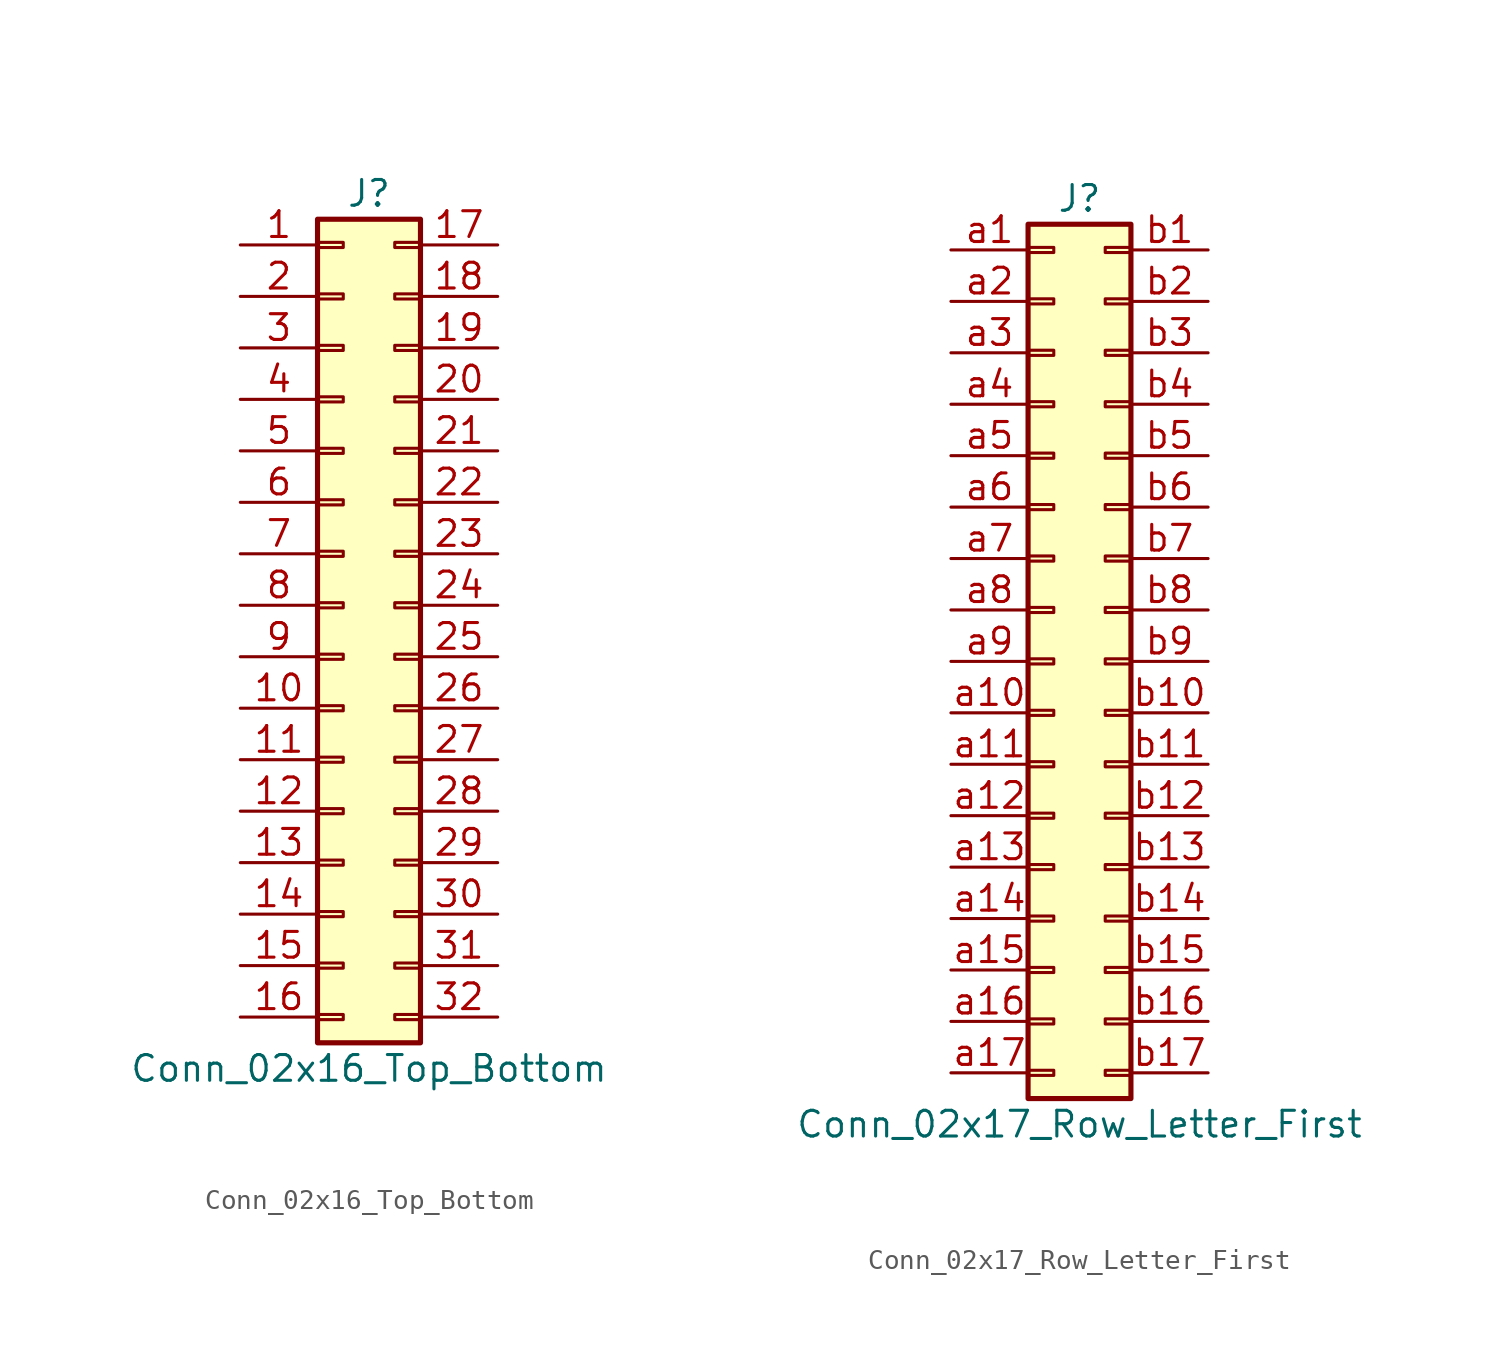
<source format=kicad_sym>
(kicad_symbol_lib
  (version 20201005)
  (generator kicad_symbol_editor)
  (symbol "Connector_Generic:Conn_02x16_Top_Bottom"
    (pin_names
      (offset 1.016) hide)
    (property "Reference" "J"
      (at 1.27 20.32 0)
      (effects (font (size 1.27 1.27))))
    (property "Value" "Conn_02x16_Top_Bottom"
      (at 1.27 -22.86 0)
      (effects (font (size 1.27 1.27))))
    (symbol "Conn_02x16_Top_Bottom_1_1"
      (rectangle (start -1.27 -4.953) (end 0 -5.207) (stroke (width 0.152)) (fill (type none)))
      (rectangle (start -1.27 -7.493) (end 0 -7.747) (stroke (width 0.152)) (fill (type none)))
      (rectangle (start -1.27 -10.033) (end 0 -10.287) (stroke (width 0.152)) (fill (type none)))
      (rectangle (start -1.27 -12.573) (end 0 -12.827) (stroke (width 0.152)) (fill (type none)))
      (rectangle (start -1.27 -15.113) (end 0 -15.367) (stroke (width 0.152)) (fill (type none)))
      (rectangle (start -1.27 -17.653) (end 0 -17.907) (stroke (width 0.152)) (fill (type none)))
      (rectangle (start -1.27 -20.193) (end 0 -20.447) (stroke (width 0.152)) (fill (type none)))
      (rectangle (start -1.27 -2.413) (end 0 -2.667) (stroke (width 0.152)) (fill (type none)))
      (rectangle (start -1.27 2.667) (end 0 2.413) (stroke (width 0.152)) (fill (type none)))
      (rectangle (start -1.27 5.207) (end 0 4.953) (stroke (width 0.152)) (fill (type none)))
      (rectangle (start -1.27 7.747) (end 0 7.493) (stroke (width 0.152)) (fill (type none)))
      (rectangle (start -1.27 10.287) (end 0 10.033) (stroke (width 0.152)) (fill (type none)))
      (rectangle (start -1.27 0.127) (end 0 -0.127) (stroke (width 0.152)) (fill (type none)))
      (rectangle (start -1.27 12.827) (end 0 12.573) (stroke (width 0.152)) (fill (type none)))
      (rectangle (start -1.27 15.367) (end 0 15.113) (stroke (width 0.152)) (fill (type none)))
      (rectangle (start -1.27 17.907) (end 0 17.653) (stroke (width 0.152)) (fill (type none)))
      (rectangle (start -1.27 19.05) (end 3.81 -21.59) (stroke (width 0.254)) (fill (type background)))
      (rectangle (start 3.81 -4.953) (end 2.54 -5.207) (stroke (width 0.152)) (fill (type none)))
      (rectangle (start 3.81 -7.493) (end 2.54 -7.747) (stroke (width 0.152)) (fill (type none)))
      (rectangle (start 3.81 -10.033) (end 2.54 -10.287) (stroke (width 0.152)) (fill (type none)))
      (rectangle (start 3.81 -12.573) (end 2.54 -12.827) (stroke (width 0.152)) (fill (type none)))
      (rectangle (start 3.81 -15.113) (end 2.54 -15.367) (stroke (width 0.152)) (fill (type none)))
      (rectangle (start 3.81 -17.653) (end 2.54 -17.907) (stroke (width 0.152)) (fill (type none)))
      (rectangle (start 3.81 -20.193) (end 2.54 -20.447) (stroke (width 0.152)) (fill (type none)))
      (rectangle (start 3.81 -2.413) (end 2.54 -2.667) (stroke (width 0.152)) (fill (type none)))
      (rectangle (start 3.81 2.667) (end 2.54 2.413) (stroke (width 0.152)) (fill (type none)))
      (rectangle (start 3.81 5.207) (end 2.54 4.953) (stroke (width 0.152)) (fill (type none)))
      (rectangle (start 3.81 7.747) (end 2.54 7.493) (stroke (width 0.152)) (fill (type none)))
      (rectangle (start 3.81 10.287) (end 2.54 10.033) (stroke (width 0.152)) (fill (type none)))
      (rectangle (start 3.81 0.127) (end 2.54 -0.127) (stroke (width 0.152)) (fill (type none)))
      (rectangle (start 3.81 12.827) (end 2.54 12.573) (stroke (width 0.152)) (fill (type none)))
      (rectangle (start 3.81 15.367) (end 2.54 15.113) (stroke (width 0.152)) (fill (type none)))
      (rectangle (start 3.81 17.907) (end 2.54 17.653) (stroke (width 0.152)) (fill (type none)))
      (pin passive line (at -5.08 17.78 0) (length 3.81) (name "Pin_1" (effects (font (size 1.27 1.27)))) (number "1" (effects (font (size 1.27 1.27)))))
      (pin passive line (at -5.08 -5.08 0) (length 3.81) (name "Pin_10" (effects (font (size 1.27 1.27)))) (number "10" (effects (font (size 1.27 1.27)))))
      (pin passive line (at -5.08 -7.62 0) (length 3.81) (name "Pin_11" (effects (font (size 1.27 1.27)))) (number "11" (effects (font (size 1.27 1.27)))))
      (pin passive line (at -5.08 -10.16 0) (length 3.81) (name "Pin_12" (effects (font (size 1.27 1.27)))) (number "12" (effects (font (size 1.27 1.27)))))
      (pin passive line (at -5.08 -12.7 0) (length 3.81) (name "Pin_13" (effects (font (size 1.27 1.27)))) (number "13" (effects (font (size 1.27 1.27)))))
      (pin passive line (at -5.08 -15.24 0) (length 3.81) (name "Pin_14" (effects (font (size 1.27 1.27)))) (number "14" (effects (font (size 1.27 1.27)))))
      (pin passive line (at -5.08 -17.78 0) (length 3.81) (name "Pin_15" (effects (font (size 1.27 1.27)))) (number "15" (effects (font (size 1.27 1.27)))))
      (pin passive line (at -5.08 -20.32 0) (length 3.81) (name "Pin_16" (effects (font (size 1.27 1.27)))) (number "16" (effects (font (size 1.27 1.27)))))
      (pin passive line (at 7.62 17.78 180) (length 3.81) (name "Pin_17" (effects (font (size 1.27 1.27)))) (number "17" (effects (font (size 1.27 1.27)))))
      (pin passive line (at 7.62 15.24 180) (length 3.81) (name "Pin_18" (effects (font (size 1.27 1.27)))) (number "18" (effects (font (size 1.27 1.27)))))
      (pin passive line (at 7.62 12.7 180) (length 3.81) (name "Pin_19" (effects (font (size 1.27 1.27)))) (number "19" (effects (font (size 1.27 1.27)))))
      (pin passive line (at -5.08 15.24 0) (length 3.81) (name "Pin_2" (effects (font (size 1.27 1.27)))) (number "2" (effects (font (size 1.27 1.27)))))
      (pin passive line (at 7.62 10.16 180) (length 3.81) (name "Pin_20" (effects (font (size 1.27 1.27)))) (number "20" (effects (font (size 1.27 1.27)))))
      (pin passive line (at 7.62 7.62 180) (length 3.81) (name "Pin_21" (effects (font (size 1.27 1.27)))) (number "21" (effects (font (size 1.27 1.27)))))
      (pin passive line (at 7.62 5.08 180) (length 3.81) (name "Pin_22" (effects (font (size 1.27 1.27)))) (number "22" (effects (font (size 1.27 1.27)))))
      (pin passive line (at 7.62 2.54 180) (length 3.81) (name "Pin_23" (effects (font (size 1.27 1.27)))) (number "23" (effects (font (size 1.27 1.27)))))
      (pin passive line (at 7.62 0 180) (length 3.81) (name "Pin_24" (effects (font (size 1.27 1.27)))) (number "24" (effects (font (size 1.27 1.27)))))
      (pin passive line (at 7.62 -2.54 180) (length 3.81) (name "Pin_25" (effects (font (size 1.27 1.27)))) (number "25" (effects (font (size 1.27 1.27)))))
      (pin passive line (at 7.62 -5.08 180) (length 3.81) (name "Pin_26" (effects (font (size 1.27 1.27)))) (number "26" (effects (font (size 1.27 1.27)))))
      (pin passive line (at 7.62 -7.62 180) (length 3.81) (name "Pin_27" (effects (font (size 1.27 1.27)))) (number "27" (effects (font (size 1.27 1.27)))))
      (pin passive line (at 7.62 -10.16 180) (length 3.81) (name "Pin_28" (effects (font (size 1.27 1.27)))) (number "28" (effects (font (size 1.27 1.27)))))
      (pin passive line (at 7.62 -12.7 180) (length 3.81) (name "Pin_29" (effects (font (size 1.27 1.27)))) (number "29" (effects (font (size 1.27 1.27)))))
      (pin passive line (at -5.08 12.7 0) (length 3.81) (name "Pin_3" (effects (font (size 1.27 1.27)))) (number "3" (effects (font (size 1.27 1.27)))))
      (pin passive line (at 7.62 -15.24 180) (length 3.81) (name "Pin_30" (effects (font (size 1.27 1.27)))) (number "30" (effects (font (size 1.27 1.27)))))
      (pin passive line (at 7.62 -17.78 180) (length 3.81) (name "Pin_31" (effects (font (size 1.27 1.27)))) (number "31" (effects (font (size 1.27 1.27)))))
      (pin passive line (at 7.62 -20.32 180) (length 3.81) (name "Pin_32" (effects (font (size 1.27 1.27)))) (number "32" (effects (font (size 1.27 1.27)))))
      (pin passive line (at -5.08 10.16 0) (length 3.81) (name "Pin_4" (effects (font (size 1.27 1.27)))) (number "4" (effects (font (size 1.27 1.27)))))
      (pin passive line (at -5.08 7.62 0) (length 3.81) (name "Pin_5" (effects (font (size 1.27 1.27)))) (number "5" (effects (font (size 1.27 1.27)))))
      (pin passive line (at -5.08 5.08 0) (length 3.81) (name "Pin_6" (effects (font (size 1.27 1.27)))) (number "6" (effects (font (size 1.27 1.27)))))
      (pin passive line (at -5.08 2.54 0) (length 3.81) (name "Pin_7" (effects (font (size 1.27 1.27)))) (number "7" (effects (font (size 1.27 1.27)))))
      (pin passive line (at -5.08 0 0) (length 3.81) (name "Pin_8" (effects (font (size 1.27 1.27)))) (number "8" (effects (font (size 1.27 1.27)))))
      (pin passive line (at -5.08 -2.54 0) (length 3.81) (name "Pin_9" (effects (font (size 1.27 1.27)))) (number "9" (effects (font (size 1.27 1.27)))))))
  (symbol "Connector_Generic:Conn_02x17_Row_Letter_First"
    (pin_names
      (offset 1.016) hide)
    (property "Reference" "J"
      (at 1.27 22.86 0)
      (effects (font (size 1.27 1.27))))
    (property "Value" "Conn_02x17_Row_Letter_First"
      (at 1.27 -22.86 0)
      (effects (font (size 1.27 1.27))))
    (symbol "Conn_02x17_Row_Letter_First_1_1"
      (rectangle (start -1.27 -4.953) (end 0 -5.207) (stroke (width 0.152)) (fill (type none)))
      (rectangle (start -1.27 -7.493) (end 0 -7.747) (stroke (width 0.152)) (fill (type none)))
      (rectangle (start -1.27 -10.033) (end 0 -10.287) (stroke (width 0.152)) (fill (type none)))
      (rectangle (start -1.27 -12.573) (end 0 -12.827) (stroke (width 0.152)) (fill (type none)))
      (rectangle (start -1.27 -15.113) (end 0 -15.367) (stroke (width 0.152)) (fill (type none)))
      (rectangle (start -1.27 -17.653) (end 0 -17.907) (stroke (width 0.152)) (fill (type none)))
      (rectangle (start -1.27 -20.193) (end 0 -20.447) (stroke (width 0.152)) (fill (type none)))
      (rectangle (start -1.27 -2.413) (end 0 -2.667) (stroke (width 0.152)) (fill (type none)))
      (rectangle (start -1.27 2.667) (end 0 2.413) (stroke (width 0.152)) (fill (type none)))
      (rectangle (start -1.27 5.207) (end 0 4.953) (stroke (width 0.152)) (fill (type none)))
      (rectangle (start -1.27 7.747) (end 0 7.493) (stroke (width 0.152)) (fill (type none)))
      (rectangle (start -1.27 10.287) (end 0 10.033) (stroke (width 0.152)) (fill (type none)))
      (rectangle (start -1.27 0.127) (end 0 -0.127) (stroke (width 0.152)) (fill (type none)))
      (rectangle (start -1.27 12.827) (end 0 12.573) (stroke (width 0.152)) (fill (type none)))
      (rectangle (start -1.27 15.367) (end 0 15.113) (stroke (width 0.152)) (fill (type none)))
      (rectangle (start -1.27 17.907) (end 0 17.653) (stroke (width 0.152)) (fill (type none)))
      (rectangle (start -1.27 20.447) (end 0 20.193) (stroke (width 0.152)) (fill (type none)))
      (rectangle (start -1.27 21.59) (end 3.81 -21.59) (stroke (width 0.254)) (fill (type background)))
      (rectangle (start 3.81 -4.953) (end 2.54 -5.207) (stroke (width 0.152)) (fill (type none)))
      (rectangle (start 3.81 -7.493) (end 2.54 -7.747) (stroke (width 0.152)) (fill (type none)))
      (rectangle (start 3.81 -10.033) (end 2.54 -10.287) (stroke (width 0.152)) (fill (type none)))
      (rectangle (start 3.81 -12.573) (end 2.54 -12.827) (stroke (width 0.152)) (fill (type none)))
      (rectangle (start 3.81 -15.113) (end 2.54 -15.367) (stroke (width 0.152)) (fill (type none)))
      (rectangle (start 3.81 -17.653) (end 2.54 -17.907) (stroke (width 0.152)) (fill (type none)))
      (rectangle (start 3.81 -20.193) (end 2.54 -20.447) (stroke (width 0.152)) (fill (type none)))
      (rectangle (start 3.81 -2.413) (end 2.54 -2.667) (stroke (width 0.152)) (fill (type none)))
      (rectangle (start 3.81 2.667) (end 2.54 2.413) (stroke (width 0.152)) (fill (type none)))
      (rectangle (start 3.81 5.207) (end 2.54 4.953) (stroke (width 0.152)) (fill (type none)))
      (rectangle (start 3.81 7.747) (end 2.54 7.493) (stroke (width 0.152)) (fill (type none)))
      (rectangle (start 3.81 10.287) (end 2.54 10.033) (stroke (width 0.152)) (fill (type none)))
      (rectangle (start 3.81 0.127) (end 2.54 -0.127) (stroke (width 0.152)) (fill (type none)))
      (rectangle (start 3.81 12.827) (end 2.54 12.573) (stroke (width 0.152)) (fill (type none)))
      (rectangle (start 3.81 15.367) (end 2.54 15.113) (stroke (width 0.152)) (fill (type none)))
      (rectangle (start 3.81 17.907) (end 2.54 17.653) (stroke (width 0.152)) (fill (type none)))
      (rectangle (start 3.81 20.447) (end 2.54 20.193) (stroke (width 0.152)) (fill (type none)))
      (pin passive line (at -5.08 20.32 0) (length 3.81) (name "Pin_a1" (effects (font (size 1.27 1.27)))) (number "a1" (effects (font (size 1.27 1.27)))))
      (pin passive line (at -5.08 -2.54 0) (length 3.81) (name "Pin_a10" (effects (font (size 1.27 1.27)))) (number "a10" (effects (font (size 1.27 1.27)))))
      (pin passive line (at -5.08 -5.08 0) (length 3.81) (name "Pin_a11" (effects (font (size 1.27 1.27)))) (number "a11" (effects (font (size 1.27 1.27)))))
      (pin passive line (at -5.08 -7.62 0) (length 3.81) (name "Pin_a12" (effects (font (size 1.27 1.27)))) (number "a12" (effects (font (size 1.27 1.27)))))
      (pin passive line (at -5.08 -10.16 0) (length 3.81) (name "Pin_a13" (effects (font (size 1.27 1.27)))) (number "a13" (effects (font (size 1.27 1.27)))))
      (pin passive line (at -5.08 -12.7 0) (length 3.81) (name "Pin_a14" (effects (font (size 1.27 1.27)))) (number "a14" (effects (font (size 1.27 1.27)))))
      (pin passive line (at -5.08 -15.24 0) (length 3.81) (name "Pin_a15" (effects (font (size 1.27 1.27)))) (number "a15" (effects (font (size 1.27 1.27)))))
      (pin passive line (at -5.08 -17.78 0) (length 3.81) (name "Pin_a16" (effects (font (size 1.27 1.27)))) (number "a16" (effects (font (size 1.27 1.27)))))
      (pin passive line (at -5.08 -20.32 0) (length 3.81) (name "Pin_a17" (effects (font (size 1.27 1.27)))) (number "a17" (effects (font (size 1.27 1.27)))))
      (pin passive line (at -5.08 17.78 0) (length 3.81) (name "Pin_a2" (effects (font (size 1.27 1.27)))) (number "a2" (effects (font (size 1.27 1.27)))))
      (pin passive line (at -5.08 15.24 0) (length 3.81) (name "Pin_a3" (effects (font (size 1.27 1.27)))) (number "a3" (effects (font (size 1.27 1.27)))))
      (pin passive line (at -5.08 12.7 0) (length 3.81) (name "Pin_a4" (effects (font (size 1.27 1.27)))) (number "a4" (effects (font (size 1.27 1.27)))))
      (pin passive line (at -5.08 10.16 0) (length 3.81) (name "Pin_a5" (effects (font (size 1.27 1.27)))) (number "a5" (effects (font (size 1.27 1.27)))))
      (pin passive line (at -5.08 7.62 0) (length 3.81) (name "Pin_a6" (effects (font (size 1.27 1.27)))) (number "a6" (effects (font (size 1.27 1.27)))))
      (pin passive line (at -5.08 5.08 0) (length 3.81) (name "Pin_a7" (effects (font (size 1.27 1.27)))) (number "a7" (effects (font (size 1.27 1.27)))))
      (pin passive line (at -5.08 2.54 0) (length 3.81) (name "Pin_a8" (effects (font (size 1.27 1.27)))) (number "a8" (effects (font (size 1.27 1.27)))))
      (pin passive line (at -5.08 0 0) (length 3.81) (name "Pin_a9" (effects (font (size 1.27 1.27)))) (number "a9" (effects (font (size 1.27 1.27)))))
      (pin passive line (at 7.62 20.32 180) (length 3.81) (name "Pin_b1" (effects (font (size 1.27 1.27)))) (number "b1" (effects (font (size 1.27 1.27)))))
      (pin passive line (at 7.62 -2.54 180) (length 3.81) (name "Pin_b10" (effects (font (size 1.27 1.27)))) (number "b10" (effects (font (size 1.27 1.27)))))
      (pin passive line (at 7.62 -5.08 180) (length 3.81) (name "Pin_b11" (effects (font (size 1.27 1.27)))) (number "b11" (effects (font (size 1.27 1.27)))))
      (pin passive line (at 7.62 -7.62 180) (length 3.81) (name "Pin_b12" (effects (font (size 1.27 1.27)))) (number "b12" (effects (font (size 1.27 1.27)))))
      (pin passive line (at 7.62 -10.16 180) (length 3.81) (name "Pin_b13" (effects (font (size 1.27 1.27)))) (number "b13" (effects (font (size 1.27 1.27)))))
      (pin passive line (at 7.62 -12.7 180) (length 3.81) (name "Pin_b14" (effects (font (size 1.27 1.27)))) (number "b14" (effects (font (size 1.27 1.27)))))
      (pin passive line (at 7.62 -15.24 180) (length 3.81) (name "Pin_b15" (effects (font (size 1.27 1.27)))) (number "b15" (effects (font (size 1.27 1.27)))))
      (pin passive line (at 7.62 -17.78 180) (length 3.81) (name "Pin_b16" (effects (font (size 1.27 1.27)))) (number "b16" (effects (font (size 1.27 1.27)))))
      (pin passive line (at 7.62 -20.32 180) (length 3.81) (name "Pin_b17" (effects (font (size 1.27 1.27)))) (number "b17" (effects (font (size 1.27 1.27)))))
      (pin passive line (at 7.62 17.78 180) (length 3.81) (name "Pin_b2" (effects (font (size 1.27 1.27)))) (number "b2" (effects (font (size 1.27 1.27)))))
      (pin passive line (at 7.62 15.24 180) (length 3.81) (name "Pin_b3" (effects (font (size 1.27 1.27)))) (number "b3" (effects (font (size 1.27 1.27)))))
      (pin passive line (at 7.62 12.7 180) (length 3.81) (name "Pin_b4" (effects (font (size 1.27 1.27)))) (number "b4" (effects (font (size 1.27 1.27)))))
      (pin passive line (at 7.62 10.16 180) (length 3.81) (name "Pin_b5" (effects (font (size 1.27 1.27)))) (number "b5" (effects (font (size 1.27 1.27)))))
      (pin passive line (at 7.62 7.62 180) (length 3.81) (name "Pin_b6" (effects (font (size 1.27 1.27)))) (number "b6" (effects (font (size 1.27 1.27)))))
      (pin passive line (at 7.62 5.08 180) (length 3.81) (name "Pin_b7" (effects (font (size 1.27 1.27)))) (number "b7" (effects (font (size 1.27 1.27)))))
      (pin passive line (at 7.62 2.54 180) (length 3.81) (name "Pin_b8" (effects (font (size 1.27 1.27)))) (number "b8" (effects (font (size 1.27 1.27)))))
      (pin passive line (at 7.62 0 180) (length 3.81) (name "Pin_b9" (effects (font (size 1.27 1.27)))) (number "b9" (effects (font (size 1.27 1.27))))))))
</source>
